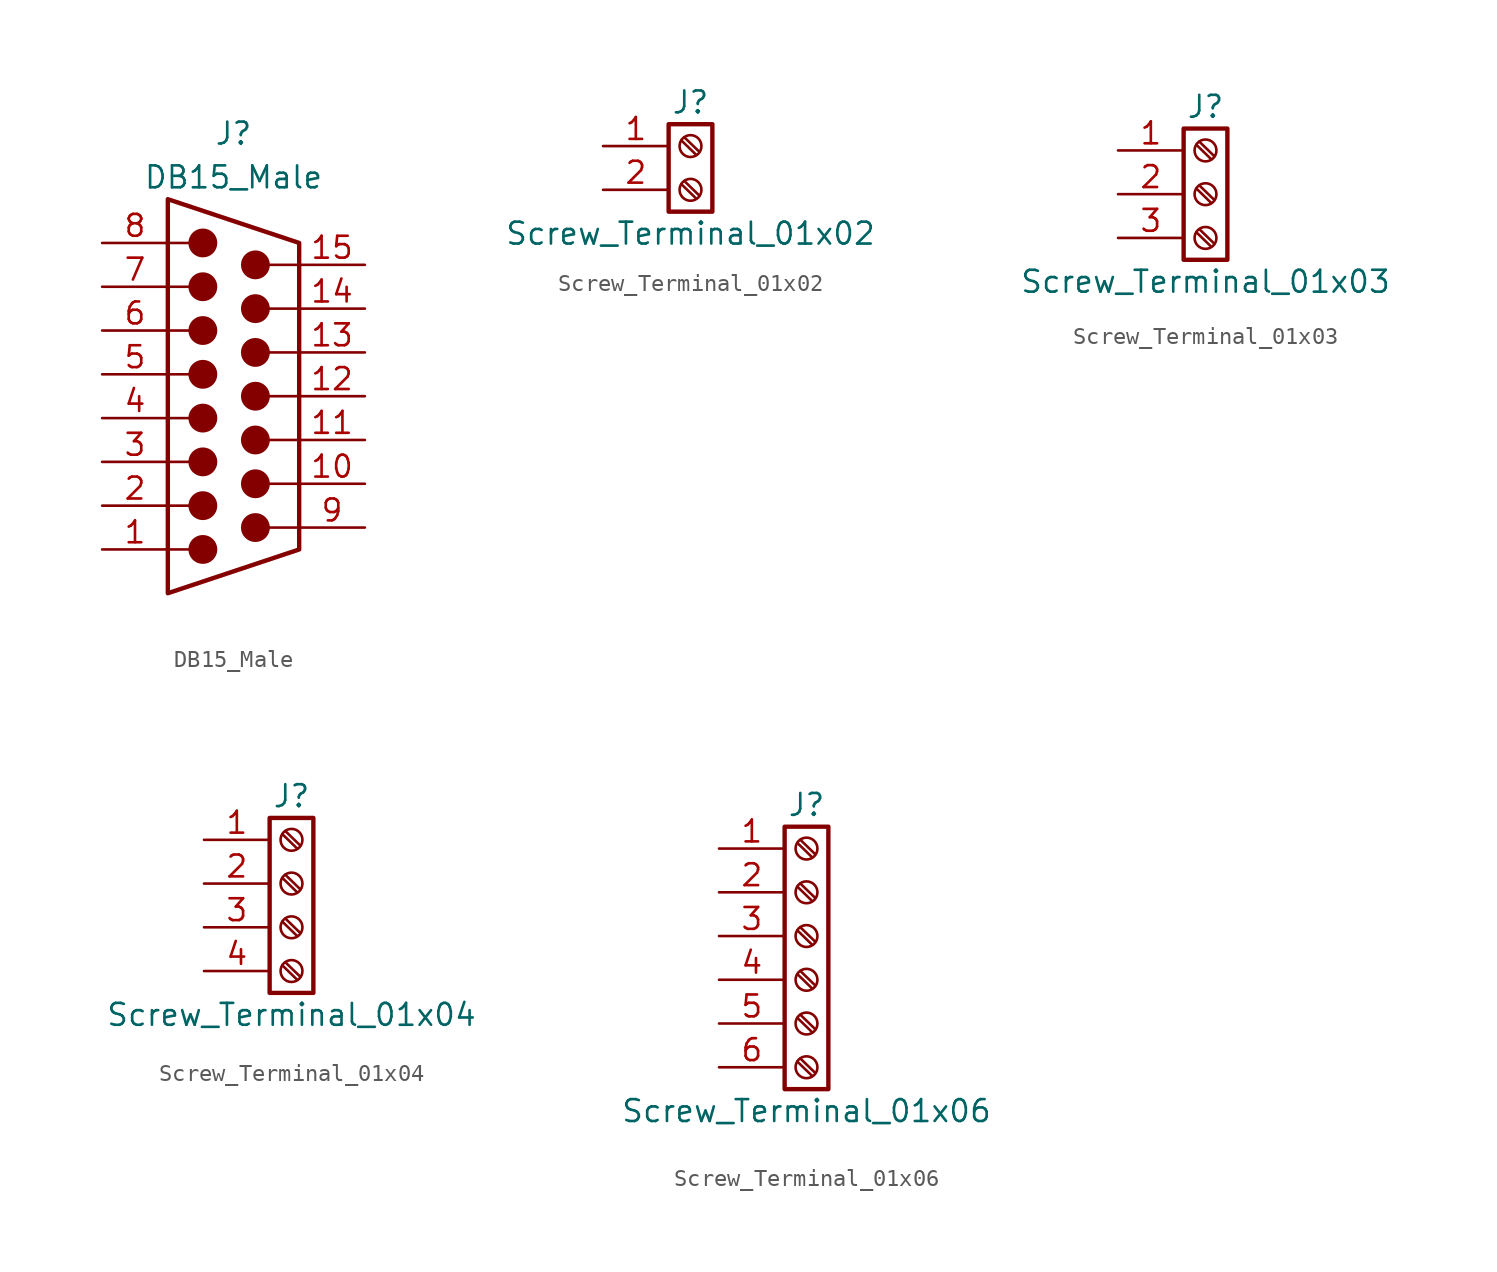
<source format=kicad_sym>
(kicad_symbol_lib
  (version 20220914)
  (generator kicad_symbol_editor)
  (symbol "DB15_Male"
    (pin_names
      (offset 1.016) hide)
    (property "Reference" "J"
      (at 1.27 13.97 0)
      (effects (font (size 1.27 1.27))))
    (property "Value" "DB15_Male"
      (at 1.27 11.43 0)
      (effects (font (size 1.27 1.27))))
    (symbol "DB15_Male_0_1"
      (circle (center -0.508 -10.16) (radius 0.762) (stroke (width 0) (type default)) (fill (type outline)))
      (circle (center -0.508 -7.62) (radius 0.762) (stroke (width 0) (type default)) (fill (type outline)))
      (circle (center -0.508 -5.08) (radius 0.762) (stroke (width 0) (type default)) (fill (type outline)))
      (circle (center -0.508 -2.54) (radius 0.762) (stroke (width 0) (type default)) (fill (type outline)))
      (circle (center -0.508 0) (radius 0.762) (stroke (width 0) (type default)) (fill (type outline)))
      (circle (center -0.508 2.54) (radius 0.762) (stroke (width 0) (type default)) (fill (type outline)))
      (circle (center -0.508 5.08) (radius 0.762) (stroke (width 0) (type default)) (fill (type outline)))
      (circle (center -0.508 7.62) (radius 0.762) (stroke (width 0) (type default)) (fill (type outline)))
      (polyline (pts (xy -2.54 -10.16) (xy -1.27 -10.16)) (stroke (width 0) (type default)) (fill (type none)))
      (polyline (pts (xy -2.54 -7.62) (xy -1.27 -7.62)) (stroke (width 0) (type default)) (fill (type none)))
      (polyline (pts (xy -2.54 -5.08) (xy -1.27 -5.08)) (stroke (width 0) (type default)) (fill (type none)))
      (polyline (pts (xy -2.54 -2.54) (xy -1.27 -2.54)) (stroke (width 0) (type default)) (fill (type none)))
      (polyline (pts (xy -2.54 0) (xy -1.27 0)) (stroke (width 0) (type default)) (fill (type none)))
      (polyline (pts (xy -2.54 2.54) (xy -1.27 2.54)) (stroke (width 0) (type default)) (fill (type none)))
      (polyline (pts (xy -2.54 5.08) (xy -1.27 5.08)) (stroke (width 0) (type default)) (fill (type none)))
      (polyline (pts (xy -2.54 7.62) (xy -1.27 7.62)) (stroke (width 0) (type default)) (fill (type none)))
      (polyline (pts (xy 2.54 -8.89) (xy 5.08 -8.89)) (stroke (width 0) (type default)) (fill (type none)))
      (polyline (pts (xy 2.54 -6.35) (xy 5.08 -6.35)) (stroke (width 0) (type default)) (fill (type none)))
      (polyline (pts (xy 2.54 -3.81) (xy 5.08 -3.81)) (stroke (width 0) (type default)) (fill (type none)))
      (polyline (pts (xy 2.54 -1.27) (xy 5.08 -1.27)) (stroke (width 0) (type default)) (fill (type none)))
      (polyline (pts (xy 2.54 1.27) (xy 5.08 1.27)) (stroke (width 0) (type default)) (fill (type none)))
      (polyline (pts (xy 2.54 3.81) (xy 5.08 3.81)) (stroke (width 0) (type default)) (fill (type none)))
      (polyline (pts (xy 2.54 6.35) (xy 5.08 6.35)) (stroke (width 0) (type default)) (fill (type none)))
      (circle (center 2.54 -8.89) (radius 0.762) (stroke (width 0) (type default)) (fill (type outline)))
      (circle (center 2.54 -6.35) (radius 0.762) (stroke (width 0) (type default)) (fill (type outline)))
      (circle (center 2.54 -3.81) (radius 0.762) (stroke (width 0) (type default)) (fill (type outline)))
      (circle (center 2.54 -1.27) (radius 0.762) (stroke (width 0) (type default)) (fill (type outline)))
      (circle (center 2.54 1.27) (radius 0.762) (stroke (width 0) (type default)) (fill (type outline)))
      (circle (center 2.54 3.81) (radius 0.762) (stroke (width 0) (type default)) (fill (type outline)))
      (circle (center 2.54 6.35) (radius 0.762) (stroke (width 0) (type default)) (fill (type outline))))
    (symbol "DB15_Male_1_1"
      (polyline (pts (xy -2.54 10.16) (xy -2.54 -12.7) (xy 5.08 -10.16) (xy 5.08 7.62) (xy -2.54 10.16)) (stroke (width 0.254) (type default)) (fill (type none)))
      (pin passive line (at -6.35 -10.16 0) (length 3.81) (name "1" (effects (font (size 1.27 1.27)))) (number "1" (effects (font (size 1.27 1.27)))))
      (pin passive line (at 8.89 -6.35 180) (length 3.81) (name "10" (effects (font (size 1.27 1.27)))) (number "10" (effects (font (size 1.27 1.27)))))
      (pin passive line (at 8.89 -3.81 180) (length 3.81) (name "11" (effects (font (size 1.27 1.27)))) (number "11" (effects (font (size 1.27 1.27)))))
      (pin passive line (at 8.89 -1.27 180) (length 3.81) (name "12" (effects (font (size 1.27 1.27)))) (number "12" (effects (font (size 1.27 1.27)))))
      (pin passive line (at 8.89 1.27 180) (length 3.81) (name "13" (effects (font (size 1.27 1.27)))) (number "13" (effects (font (size 1.27 1.27)))))
      (pin passive line (at 8.89 3.81 180) (length 3.81) (name "14" (effects (font (size 1.27 1.27)))) (number "14" (effects (font (size 1.27 1.27)))))
      (pin passive line (at 8.89 6.35 180) (length 3.81) (name "15" (effects (font (size 1.27 1.27)))) (number "15" (effects (font (size 1.27 1.27)))))
      (pin passive line (at -6.35 -7.62 0) (length 3.81) (name "2" (effects (font (size 1.27 1.27)))) (number "2" (effects (font (size 1.27 1.27)))))
      (pin passive line (at -6.35 -5.08 0) (length 3.81) (name "3" (effects (font (size 1.27 1.27)))) (number "3" (effects (font (size 1.27 1.27)))))
      (pin passive line (at -6.35 -2.54 0) (length 3.81) (name "4" (effects (font (size 1.27 1.27)))) (number "4" (effects (font (size 1.27 1.27)))))
      (pin passive line (at -6.35 0 0) (length 3.81) (name "5" (effects (font (size 1.27 1.27)))) (number "5" (effects (font (size 1.27 1.27)))))
      (pin passive line (at -6.35 2.54 0) (length 3.81) (name "6" (effects (font (size 1.27 1.27)))) (number "6" (effects (font (size 1.27 1.27)))))
      (pin passive line (at -6.35 5.08 0) (length 3.81) (name "7" (effects (font (size 1.27 1.27)))) (number "7" (effects (font (size 1.27 1.27)))))
      (pin passive line (at -6.35 7.62 0) (length 3.81) (name "8" (effects (font (size 1.27 1.27)))) (number "8" (effects (font (size 1.27 1.27)))))
      (pin passive line (at 8.89 -8.89 180) (length 3.81) (name "9" (effects (font (size 1.27 1.27)))) (number "9" (effects (font (size 1.27 1.27)))))))
  (symbol "Screw_Terminal_01x02"
    (pin_names
      (offset 1.016) hide)
    (property "Reference" "J"
      (at 0 3.81 0)
      (effects (font (size 1.27 1.27))))
    (property "Value" "Screw_Terminal_01x02"
      (at 0 -3.81 0)
      (effects (font (size 1.27 1.27))))
    (symbol "Screw_Terminal_01x02_1_1"
      (rectangle (start -1.27 2.54) (end 1.27 -2.54) (stroke (width 0.254) (type default)) (fill (type none)))
      (circle (center 0 -1.27) (radius 0.635) (stroke (width 0.152) (type default)) (fill (type none)))
      (polyline (pts (xy -0.533 -0.94) (xy 0.33 -1.778)) (stroke (width 0.152) (type default)) (fill (type none)))
      (polyline (pts (xy -0.533 1.6) (xy 0.33 0.762)) (stroke (width 0.152) (type default)) (fill (type none)))
      (polyline (pts (xy -0.356 -0.762) (xy 0.508 -1.6)) (stroke (width 0.152) (type default)) (fill (type none)))
      (polyline (pts (xy -0.356 1.778) (xy 0.508 0.94)) (stroke (width 0.152) (type default)) (fill (type none)))
      (circle (center 0 1.27) (radius 0.635) (stroke (width 0.152) (type default)) (fill (type none)))
      (pin passive line (at -5.08 1.27 0) (length 3.81) (name "Pin_1" (effects (font (size 1.27 1.27)))) (number "1" (effects (font (size 1.27 1.27)))))
      (pin passive line (at -5.08 -1.27 0) (length 3.81) (name "Pin_2" (effects (font (size 1.27 1.27)))) (number "2" (effects (font (size 1.27 1.27)))))))
  (symbol "Screw_Terminal_01x03"
    (pin_names
      (offset 1.016) hide)
    (property "Reference" "J"
      (at 0 5.08 0)
      (effects (font (size 1.27 1.27))))
    (property "Value" "Screw_Terminal_01x03"
      (at 0 -5.08 0)
      (effects (font (size 1.27 1.27))))
    (symbol "Screw_Terminal_01x03_1_1"
      (rectangle (start -1.27 3.81) (end 1.27 -3.81) (stroke (width 0.254) (type default)) (fill (type none)))
      (circle (center 0 -2.54) (radius 0.635) (stroke (width 0.152) (type default)) (fill (type none)))
      (polyline (pts (xy -0.533 -2.21) (xy 0.33 -3.048)) (stroke (width 0.152) (type default)) (fill (type none)))
      (polyline (pts (xy -0.533 0.33) (xy 0.33 -0.508)) (stroke (width 0.152) (type default)) (fill (type none)))
      (polyline (pts (xy -0.533 2.87) (xy 0.33 2.032)) (stroke (width 0.152) (type default)) (fill (type none)))
      (polyline (pts (xy -0.356 -2.032) (xy 0.508 -2.87)) (stroke (width 0.152) (type default)) (fill (type none)))
      (polyline (pts (xy -0.356 0.508) (xy 0.508 -0.33)) (stroke (width 0.152) (type default)) (fill (type none)))
      (polyline (pts (xy -0.356 3.048) (xy 0.508 2.21)) (stroke (width 0.152) (type default)) (fill (type none)))
      (circle (center 0 0) (radius 0.635) (stroke (width 0.152) (type default)) (fill (type none)))
      (circle (center 0 2.54) (radius 0.635) (stroke (width 0.152) (type default)) (fill (type none)))
      (pin passive line (at -5.08 2.54 0) (length 3.81) (name "Pin_1" (effects (font (size 1.27 1.27)))) (number "1" (effects (font (size 1.27 1.27)))))
      (pin passive line (at -5.08 0 0) (length 3.81) (name "Pin_2" (effects (font (size 1.27 1.27)))) (number "2" (effects (font (size 1.27 1.27)))))
      (pin passive line (at -5.08 -2.54 0) (length 3.81) (name "Pin_3" (effects (font (size 1.27 1.27)))) (number "3" (effects (font (size 1.27 1.27)))))))
  (symbol "Screw_Terminal_01x04"
    (pin_names
      (offset 1.016) hide)
    (property "Reference" "J"
      (at 0 6.35 0)
      (effects (font (size 1.27 1.27))))
    (property "Value" "Screw_Terminal_01x04"
      (at 0 -6.35 0)
      (effects (font (size 1.27 1.27))))
    (symbol "Screw_Terminal_01x04_1_1"
      (rectangle (start -1.27 5.08) (end 1.27 -5.08) (stroke (width 0.254) (type default)) (fill (type none)))
      (circle (center 0 -3.81) (radius 0.635) (stroke (width 0.152) (type default)) (fill (type none)))
      (circle (center 0 -1.27) (radius 0.635) (stroke (width 0.152) (type default)) (fill (type none)))
      (polyline (pts (xy -0.533 -3.48) (xy 0.33 -4.318)) (stroke (width 0.152) (type default)) (fill (type none)))
      (polyline (pts (xy -0.533 -0.94) (xy 0.33 -1.778)) (stroke (width 0.152) (type default)) (fill (type none)))
      (polyline (pts (xy -0.533 1.6) (xy 0.33 0.762)) (stroke (width 0.152) (type default)) (fill (type none)))
      (polyline (pts (xy -0.533 4.14) (xy 0.33 3.302)) (stroke (width 0.152) (type default)) (fill (type none)))
      (polyline (pts (xy -0.356 -3.302) (xy 0.508 -4.14)) (stroke (width 0.152) (type default)) (fill (type none)))
      (polyline (pts (xy -0.356 -0.762) (xy 0.508 -1.6)) (stroke (width 0.152) (type default)) (fill (type none)))
      (polyline (pts (xy -0.356 1.778) (xy 0.508 0.94)) (stroke (width 0.152) (type default)) (fill (type none)))
      (polyline (pts (xy -0.356 4.318) (xy 0.508 3.48)) (stroke (width 0.152) (type default)) (fill (type none)))
      (circle (center 0 1.27) (radius 0.635) (stroke (width 0.152) (type default)) (fill (type none)))
      (circle (center 0 3.81) (radius 0.635) (stroke (width 0.152) (type default)) (fill (type none)))
      (pin passive line (at -5.08 3.81 0) (length 3.81) (name "Pin_1" (effects (font (size 1.27 1.27)))) (number "1" (effects (font (size 1.27 1.27)))))
      (pin passive line (at -5.08 1.27 0) (length 3.81) (name "Pin_2" (effects (font (size 1.27 1.27)))) (number "2" (effects (font (size 1.27 1.27)))))
      (pin passive line (at -5.08 -1.27 0) (length 3.81) (name "Pin_3" (effects (font (size 1.27 1.27)))) (number "3" (effects (font (size 1.27 1.27)))))
      (pin passive line (at -5.08 -3.81 0) (length 3.81) (name "Pin_4" (effects (font (size 1.27 1.27)))) (number "4" (effects (font (size 1.27 1.27)))))))
  (symbol "Screw_Terminal_01x06"
    (pin_names
      (offset 1.016) hide)
    (property "Reference" "J"
      (at 0 8.89 0)
      (effects (font (size 1.27 1.27))))
    (property "Value" "Screw_Terminal_01x06"
      (at 0 -8.89 0)
      (effects (font (size 1.27 1.27))))
    (symbol "Screw_Terminal_01x06_1_1"
      (rectangle (start -1.27 7.62) (end 1.27 -7.62) (stroke (width 0.254) (type default)) (fill (type none)))
      (circle (center 0 -6.35) (radius 0.635) (stroke (width 0.152) (type default)) (fill (type none)))
      (circle (center 0 -3.81) (radius 0.635) (stroke (width 0.152) (type default)) (fill (type none)))
      (circle (center 0 -1.27) (radius 0.635) (stroke (width 0.152) (type default)) (fill (type none)))
      (polyline (pts (xy -0.533 -6.02) (xy 0.33 -6.858)) (stroke (width 0.152) (type default)) (fill (type none)))
      (polyline (pts (xy -0.533 -3.48) (xy 0.33 -4.318)) (stroke (width 0.152) (type default)) (fill (type none)))
      (polyline (pts (xy -0.533 -0.94) (xy 0.33 -1.778)) (stroke (width 0.152) (type default)) (fill (type none)))
      (polyline (pts (xy -0.533 1.6) (xy 0.33 0.762)) (stroke (width 0.152) (type default)) (fill (type none)))
      (polyline (pts (xy -0.533 4.14) (xy 0.33 3.302)) (stroke (width 0.152) (type default)) (fill (type none)))
      (polyline (pts (xy -0.533 6.68) (xy 0.33 5.842)) (stroke (width 0.152) (type default)) (fill (type none)))
      (polyline (pts (xy -0.356 -5.842) (xy 0.508 -6.68)) (stroke (width 0.152) (type default)) (fill (type none)))
      (polyline (pts (xy -0.356 -3.302) (xy 0.508 -4.14)) (stroke (width 0.152) (type default)) (fill (type none)))
      (polyline (pts (xy -0.356 -0.762) (xy 0.508 -1.6)) (stroke (width 0.152) (type default)) (fill (type none)))
      (polyline (pts (xy -0.356 1.778) (xy 0.508 0.94)) (stroke (width 0.152) (type default)) (fill (type none)))
      (polyline (pts (xy -0.356 4.318) (xy 0.508 3.48)) (stroke (width 0.152) (type default)) (fill (type none)))
      (polyline (pts (xy -0.356 6.858) (xy 0.508 6.02)) (stroke (width 0.152) (type default)) (fill (type none)))
      (circle (center 0 1.27) (radius 0.635) (stroke (width 0.152) (type default)) (fill (type none)))
      (circle (center 0 3.81) (radius 0.635) (stroke (width 0.152) (type default)) (fill (type none)))
      (circle (center 0 6.35) (radius 0.635) (stroke (width 0.152) (type default)) (fill (type none)))
      (pin passive line (at -5.08 6.35 0) (length 3.81) (name "Pin_1" (effects (font (size 1.27 1.27)))) (number "1" (effects (font (size 1.27 1.27)))))
      (pin passive line (at -5.08 3.81 0) (length 3.81) (name "Pin_2" (effects (font (size 1.27 1.27)))) (number "2" (effects (font (size 1.27 1.27)))))
      (pin passive line (at -5.08 1.27 0) (length 3.81) (name "Pin_3" (effects (font (size 1.27 1.27)))) (number "3" (effects (font (size 1.27 1.27)))))
      (pin passive line (at -5.08 -1.27 0) (length 3.81) (name "Pin_4" (effects (font (size 1.27 1.27)))) (number "4" (effects (font (size 1.27 1.27)))))
      (pin passive line (at -5.08 -3.81 0) (length 3.81) (name "Pin_5" (effects (font (size 1.27 1.27)))) (number "5" (effects (font (size 1.27 1.27)))))
      (pin passive line (at -5.08 -6.35 0) (length 3.81) (name "Pin_6" (effects (font (size 1.27 1.27)))) (number "6" (effects (font (size 1.27 1.27))))))))
</source>
